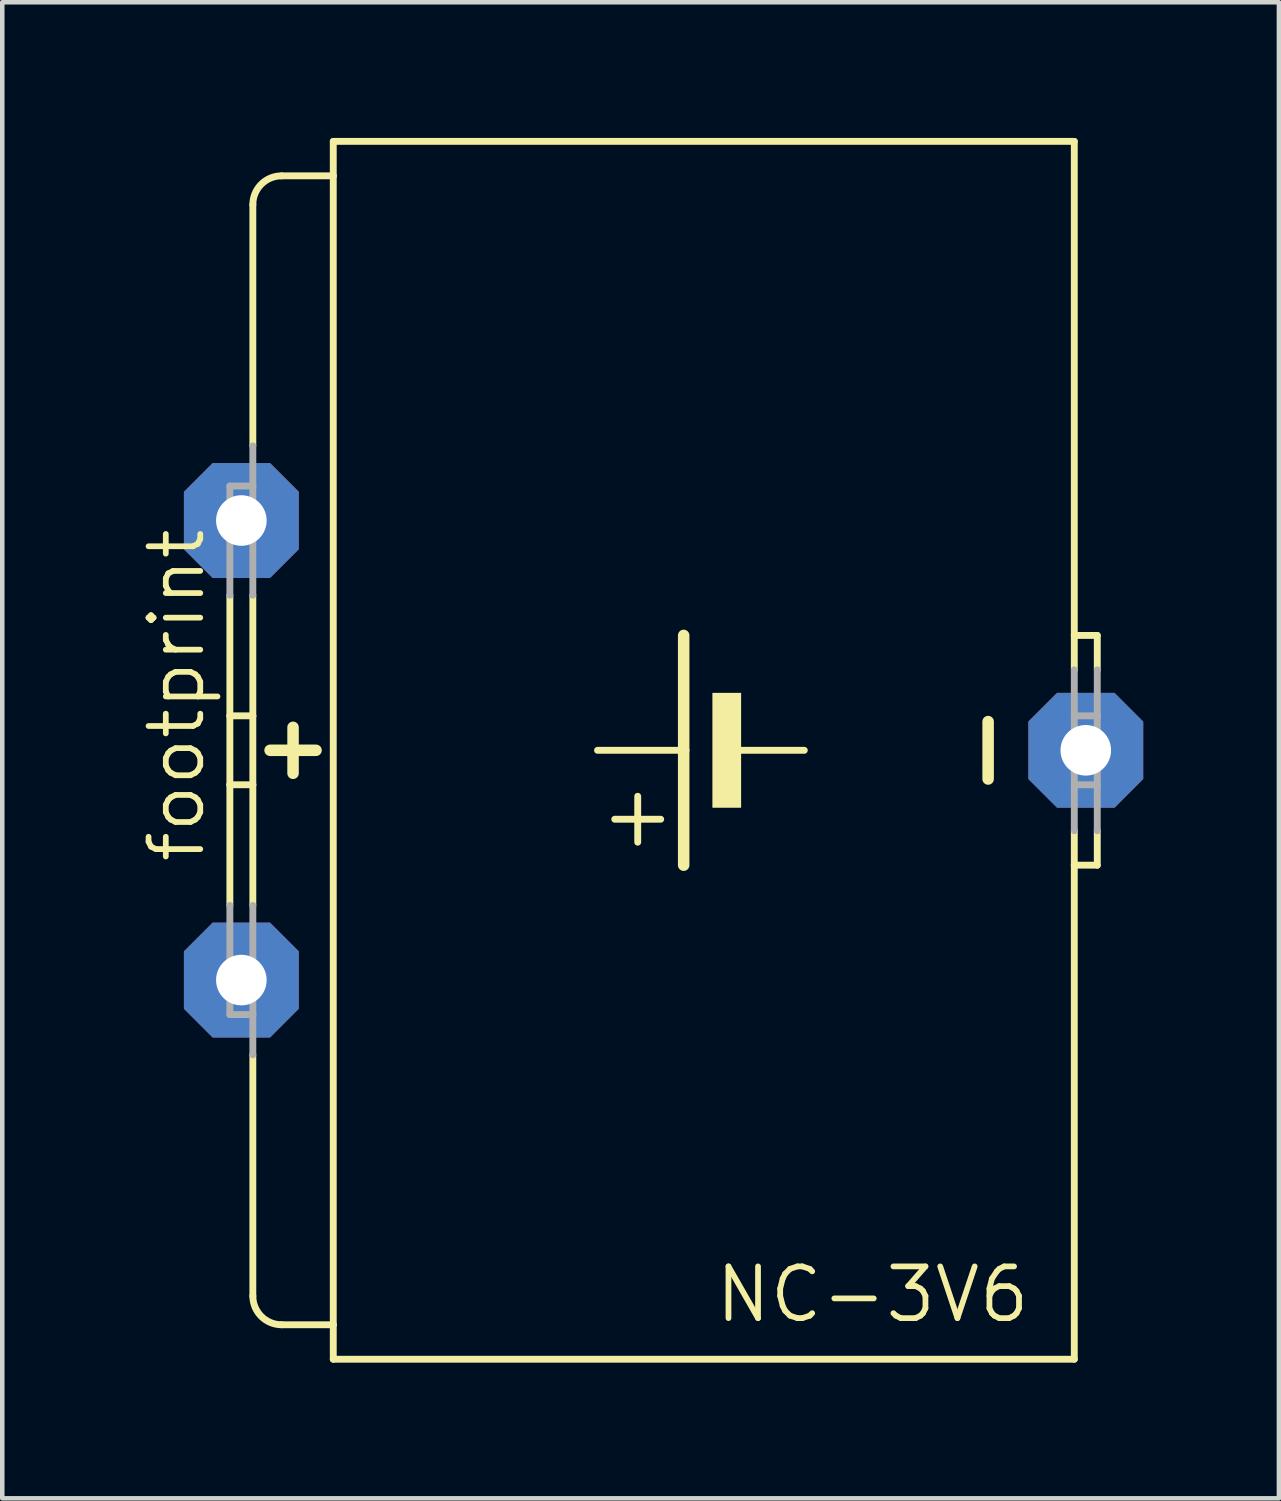
<source format=kicad_pcb>
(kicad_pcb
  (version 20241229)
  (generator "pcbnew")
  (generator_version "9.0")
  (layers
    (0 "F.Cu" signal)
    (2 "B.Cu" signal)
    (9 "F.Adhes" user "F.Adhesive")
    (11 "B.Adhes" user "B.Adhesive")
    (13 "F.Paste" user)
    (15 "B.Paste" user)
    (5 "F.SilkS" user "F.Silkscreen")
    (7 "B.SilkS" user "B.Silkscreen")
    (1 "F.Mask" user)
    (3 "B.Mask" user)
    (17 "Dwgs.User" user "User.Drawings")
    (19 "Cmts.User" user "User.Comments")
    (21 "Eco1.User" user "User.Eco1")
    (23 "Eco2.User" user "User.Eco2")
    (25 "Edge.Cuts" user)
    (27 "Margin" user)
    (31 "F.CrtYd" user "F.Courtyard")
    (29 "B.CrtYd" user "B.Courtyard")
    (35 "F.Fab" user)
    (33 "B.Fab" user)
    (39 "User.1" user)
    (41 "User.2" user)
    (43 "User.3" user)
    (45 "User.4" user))
  (footprint "footprint"
    (layer "F.Cu")
    (at 12.446 13.538)
    (property "Reference" "footprint" (at -10.922 2.54 90) (layer "F.SilkS") (effects (font (size 1.143 1.143) (thickness 0.127)) (justify left bottom)))
    (fp_line (start -10.414 -0.762) (end -10.414 -3.429) (stroke (width 0.152) (type solid)) (layer "F.SilkS"))
    (fp_line (start -10.414 0.762) (end -10.414 -0.762) (stroke (width 0.152) (type solid)) (layer "F.SilkS"))
    (fp_line (start -10.414 3.429) (end -10.414 0.762) (stroke (width 0.152) (type solid)) (layer "F.SilkS"))
    (fp_line (start -9.906 -6.731) (end -9.906 -12.065) (stroke (width 0.152) (type solid)) (layer "F.SilkS"))
    (fp_line (start -9.906 -0.762) (end -10.414 -0.762) (stroke (width 0.152) (type solid)) (layer "F.SilkS"))
    (fp_line (start -9.906 -0.762) (end -9.906 -3.429) (stroke (width 0.152) (type solid)) (layer "F.SilkS"))
    (fp_line (start -9.906 0.762) (end -10.414 0.762) (stroke (width 0.152) (type solid)) (layer "F.SilkS"))
    (fp_line (start -9.906 0.762) (end -9.906 -0.762) (stroke (width 0.152) (type solid)) (layer "F.SilkS"))
    (fp_line (start -9.906 3.429) (end -9.906 0.762) (stroke (width 0.152) (type solid)) (layer "F.SilkS"))
    (fp_line (start -9.906 12.065) (end -9.906 6.731) (stroke (width 0.152) (type solid)) (layer "F.SilkS"))
    (fp_line (start -9.525 0) (end -8.509 0) (stroke (width 0.254) (type solid)) (layer "F.SilkS"))
    (fp_line (start -9.271 12.7) (end -8.128 12.7) (stroke (width 0.152) (type solid)) (layer "F.SilkS"))
    (fp_line (start -9.017 -0.508) (end -9.017 0.508) (stroke (width 0.254) (type solid)) (layer "F.SilkS"))
    (fp_line (start -8.128 -13.462) (end -8.128 -12.7) (stroke (width 0.152) (type solid)) (layer "F.SilkS"))
    (fp_line (start -8.128 -13.462) (end 8.255 -13.462) (stroke (width 0.152) (type solid)) (layer "F.SilkS"))
    (fp_line (start -8.128 -12.7) (end -9.271 -12.7) (stroke (width 0.152) (type solid)) (layer "F.SilkS"))
    (fp_line (start -8.128 -12.7) (end -8.128 12.7) (stroke (width 0.152) (type solid)) (layer "F.SilkS"))
    (fp_line (start -8.128 12.7) (end -8.128 13.462) (stroke (width 0.152) (type solid)) (layer "F.SilkS"))
    (fp_line (start -8.128 13.462) (end 8.255 13.462) (stroke (width 0.152) (type solid)) (layer "F.SilkS"))
    (fp_line (start -1.397 2.032) (end -1.397 1.016) (stroke (width 0.152) (type solid)) (layer "F.SilkS"))
    (fp_line (start -0.889 1.524) (end -1.905 1.524) (stroke (width 0.152) (type solid)) (layer "F.SilkS"))
    (fp_line (start -0.381 0) (end -2.286 0) (stroke (width 0.152) (type solid)) (layer "F.SilkS"))
    (fp_line (start -0.381 0) (end -0.381 -2.54) (stroke (width 0.254) (type solid)) (layer "F.SilkS"))
    (fp_line (start -0.381 2.54) (end -0.381 0) (stroke (width 0.254) (type solid)) (layer "F.SilkS"))
    (fp_line (start 2.286 0) (end 0.889 0) (stroke (width 0.152) (type solid)) (layer "F.SilkS"))
    (fp_line (start 6.35 -0.635) (end 6.35 0.635) (stroke (width 0.254) (type solid)) (layer "F.SilkS"))
    (fp_line (start 8.255 -2.54) (end 8.255 -13.462) (stroke (width 0.152) (type solid)) (layer "F.SilkS"))
    (fp_line (start 8.255 -1.778) (end 8.255 -2.54) (stroke (width 0.152) (type solid)) (layer "F.SilkS"))
    (fp_line (start 8.255 2.54) (end 8.255 1.778) (stroke (width 0.152) (type solid)) (layer "F.SilkS"))
    (fp_line (start 8.255 13.462) (end 8.255 2.54) (stroke (width 0.152) (type solid)) (layer "F.SilkS"))
    (fp_line (start 8.763 -2.54) (end 8.255 -2.54) (stroke (width 0.152) (type solid)) (layer "F.SilkS"))
    (fp_line (start 8.763 -1.778) (end 8.763 -2.54) (stroke (width 0.152) (type solid)) (layer "F.SilkS"))
    (fp_line (start 8.763 1.778) (end 8.763 2.54) (stroke (width 0.152) (type solid)) (layer "F.SilkS"))
    (fp_line (start 8.763 2.54) (end 8.255 2.54) (stroke (width 0.152) (type solid)) (layer "F.SilkS"))
    (fp_arc (start -9.906 -12.065) (mid -9.720013 -12.514013) (end -9.271 -12.7) (stroke (width 0.1524) (type solid)) (layer "F.SilkS"))
    (fp_arc (start -9.271 12.7) (mid -9.720013 12.514013) (end -9.906 12.065) (stroke (width 0.1524) (type solid)) (layer "F.SilkS"))
    (fp_poly (pts (xy 0.254 1.27) (xy 0.889 1.27) (xy 0.889 -1.27) (xy 0.254 -1.27)) (stroke (width 0) (type solid)) (fill yes) (layer "F.SilkS"))
    (fp_line (start -10.414 -3.429) (end -10.414 -5.842) (stroke (width 0.152) (type solid)) (layer "F.Fab"))
    (fp_line (start -10.414 5.842) (end -10.414 3.429) (stroke (width 0.152) (type solid)) (layer "F.Fab"))
    (fp_line (start -9.906 -5.842) (end -10.414 -5.842) (stroke (width 0.152) (type solid)) (layer "F.Fab"))
    (fp_line (start -9.906 -5.842) (end -9.906 -6.731) (stroke (width 0.152) (type solid)) (layer "F.Fab"))
    (fp_line (start -9.906 -3.429) (end -9.906 -5.842) (stroke (width 0.152) (type solid)) (layer "F.Fab"))
    (fp_line (start -9.906 5.842) (end -10.414 5.842) (stroke (width 0.152) (type solid)) (layer "F.Fab"))
    (fp_line (start -9.906 5.842) (end -9.906 3.429) (stroke (width 0.152) (type solid)) (layer "F.Fab"))
    (fp_line (start -9.906 6.731) (end -9.906 5.842) (stroke (width 0.152) (type solid)) (layer "F.Fab"))
    (fp_line (start 8.255 -0.762) (end 8.255 -1.778) (stroke (width 0.152) (type solid)) (layer "F.Fab"))
    (fp_line (start 8.255 0.762) (end 8.255 -0.762) (stroke (width 0.152) (type solid)) (layer "F.Fab"))
    (fp_line (start 8.255 1.778) (end 8.255 0.762) (stroke (width 0.152) (type solid)) (layer "F.Fab"))
    (fp_line (start 8.763 -0.762) (end 8.255 -0.762) (stroke (width 0.152) (type solid)) (layer "F.Fab"))
    (fp_line (start 8.763 -0.762) (end 8.763 -1.778) (stroke (width 0.152) (type solid)) (layer "F.Fab"))
    (fp_line (start 8.763 0.762) (end 8.255 0.762) (stroke (width 0.152) (type solid)) (layer "F.Fab"))
    (fp_line (start 8.763 0.762) (end 8.763 -0.762) (stroke (width 0.152) (type solid)) (layer "F.Fab"))
    (fp_line (start 8.763 1.778) (end 8.763 0.762) (stroke (width 0.152) (type solid)) (layer "F.Fab"))
    (fp_text user "NC-3V6" (at 0.254 12.7 0) (layer "F.SilkS") (effects (font (size 1.143 1.143) (thickness 0.127)) (justify left bottom)))
    (pad "+" thru_hole roundrect (at -10.16 5.08) (size 2.54 2.54) (drill 1.118) (layers "*.Cu" "*.Mask") (roundrect_rratio 0.25) (chamfer_ratio 0.25) (chamfer top_left top_right bottom_left bottom_right))
    (pad "+@1" thru_hole roundrect (at -10.16 -5.08) (size 2.54 2.54) (drill 1.118) (layers "*.Cu" "*.Mask") (roundrect_rratio 0.25) (chamfer_ratio 0.25) (chamfer top_left top_right bottom_left bottom_right))
    (pad "-" thru_hole roundrect (at 8.509 0) (size 2.54 2.54) (drill 1.118) (layers "*.Cu" "*.Mask") (roundrect_rratio 0.25) (chamfer_ratio 0.25) (chamfer top_left top_right bottom_left bottom_right)))
  (gr_rect
    (start -3 -3)
    (end 25.225 30.076)
    (stroke (width 0.1) (type default))
    (fill no)
    (layer "Edge.Cuts")))
</source>
